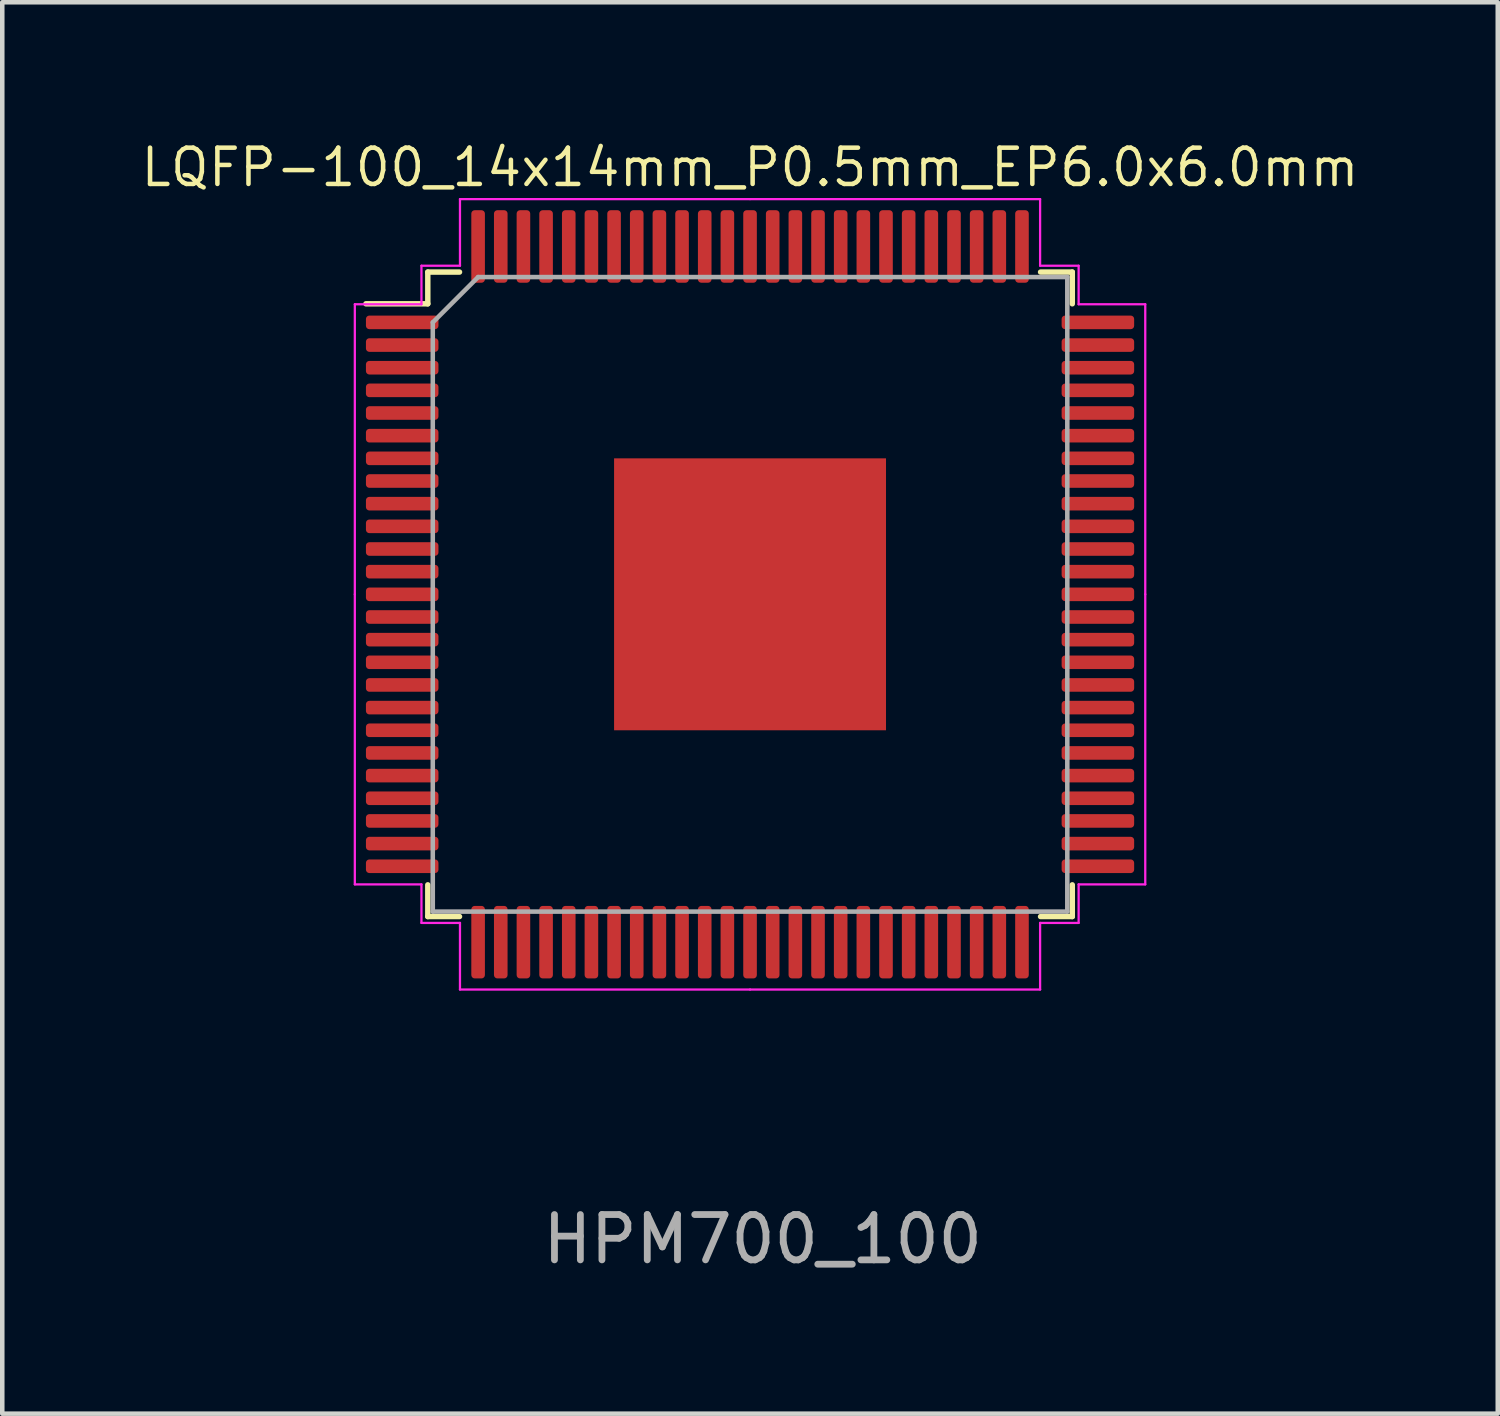
<source format=kicad_pcb>
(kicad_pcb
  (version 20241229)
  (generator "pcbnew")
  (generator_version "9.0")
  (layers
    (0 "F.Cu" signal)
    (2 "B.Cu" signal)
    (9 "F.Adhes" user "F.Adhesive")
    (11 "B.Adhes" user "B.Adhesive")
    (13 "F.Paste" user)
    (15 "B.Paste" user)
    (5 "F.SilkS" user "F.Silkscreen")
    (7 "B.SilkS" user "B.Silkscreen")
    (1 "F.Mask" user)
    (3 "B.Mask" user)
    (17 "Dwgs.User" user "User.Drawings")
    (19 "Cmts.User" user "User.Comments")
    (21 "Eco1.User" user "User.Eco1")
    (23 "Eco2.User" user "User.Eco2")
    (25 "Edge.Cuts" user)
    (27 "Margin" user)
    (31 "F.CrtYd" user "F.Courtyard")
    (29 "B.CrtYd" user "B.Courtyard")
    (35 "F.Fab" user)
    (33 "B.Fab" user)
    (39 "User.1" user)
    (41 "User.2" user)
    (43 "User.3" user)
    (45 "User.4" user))
  (footprint "LQFP-100_14x14mm_P0.5mm_EP6.0x6.0mm"
    (layer "F.Cu")
    (at 13.499 10.063)
    (property "Reference" "LQFP-100_14x14mm_P0.5mm_EP6.0x6.0mm" (at 0 -9.42 0) (unlocked yes) (layer "F.SilkS") (effects (font (size 0.8 0.8) (thickness 0.1))))
    (attr smd)
    (fp_line (start -7.11 -7.11) (end -7.11 -6.41) (stroke (width 0.12) (type solid)) (layer "F.SilkS"))
    (fp_line (start -7.11 -6.41) (end -8.475 -6.41) (stroke (width 0.12) (type solid)) (layer "F.SilkS"))
    (fp_line (start -7.11 7.11) (end -7.11 6.41) (stroke (width 0.12) (type solid)) (layer "F.SilkS"))
    (fp_line (start -6.41 -7.11) (end -7.11 -7.11) (stroke (width 0.12) (type solid)) (layer "F.SilkS"))
    (fp_line (start -6.41 7.11) (end -7.11 7.11) (stroke (width 0.12) (type solid)) (layer "F.SilkS"))
    (fp_line (start 6.41 -7.11) (end 7.11 -7.11) (stroke (width 0.12) (type solid)) (layer "F.SilkS"))
    (fp_line (start 6.41 7.11) (end 7.11 7.11) (stroke (width 0.12) (type solid)) (layer "F.SilkS"))
    (fp_line (start 7.11 -7.11) (end 7.11 -6.41) (stroke (width 0.12) (type solid)) (layer "F.SilkS"))
    (fp_line (start 7.11 7.11) (end 7.11 6.41) (stroke (width 0.12) (type solid)) (layer "F.SilkS"))
    (fp_line (start -8.72 -6.4) (end -8.72 0) (stroke (width 0.05) (type solid)) (layer "F.CrtYd"))
    (fp_line (start -8.72 6.4) (end -8.72 0) (stroke (width 0.05) (type solid)) (layer "F.CrtYd"))
    (fp_line (start -7.25 -7.25) (end -7.25 -6.4) (stroke (width 0.05) (type solid)) (layer "F.CrtYd"))
    (fp_line (start -7.25 -6.4) (end -8.72 -6.4) (stroke (width 0.05) (type solid)) (layer "F.CrtYd"))
    (fp_line (start -7.25 6.4) (end -8.72 6.4) (stroke (width 0.05) (type solid)) (layer "F.CrtYd"))
    (fp_line (start -7.25 7.25) (end -7.25 6.4) (stroke (width 0.05) (type solid)) (layer "F.CrtYd"))
    (fp_line (start -6.4 -8.72) (end -6.4 -7.25) (stroke (width 0.05) (type solid)) (layer "F.CrtYd"))
    (fp_line (start -6.4 -7.25) (end -7.25 -7.25) (stroke (width 0.05) (type solid)) (layer "F.CrtYd"))
    (fp_line (start -6.4 7.25) (end -7.25 7.25) (stroke (width 0.05) (type solid)) (layer "F.CrtYd"))
    (fp_line (start -6.4 8.72) (end -6.4 7.25) (stroke (width 0.05) (type solid)) (layer "F.CrtYd"))
    (fp_line (start 0 -8.72) (end -6.4 -8.72) (stroke (width 0.05) (type solid)) (layer "F.CrtYd"))
    (fp_line (start 0 -8.72) (end 6.4 -8.72) (stroke (width 0.05) (type solid)) (layer "F.CrtYd"))
    (fp_line (start 0 8.72) (end -6.4 8.72) (stroke (width 0.05) (type solid)) (layer "F.CrtYd"))
    (fp_line (start 0 8.72) (end 6.4 8.72) (stroke (width 0.05) (type solid)) (layer "F.CrtYd"))
    (fp_line (start 6.4 -8.72) (end 6.4 -7.25) (stroke (width 0.05) (type solid)) (layer "F.CrtYd"))
    (fp_line (start 6.4 -7.25) (end 7.25 -7.25) (stroke (width 0.05) (type solid)) (layer "F.CrtYd"))
    (fp_line (start 6.4 7.25) (end 7.25 7.25) (stroke (width 0.05) (type solid)) (layer "F.CrtYd"))
    (fp_line (start 6.4 8.72) (end 6.4 7.25) (stroke (width 0.05) (type solid)) (layer "F.CrtYd"))
    (fp_line (start 7.25 -7.25) (end 7.25 -6.4) (stroke (width 0.05) (type solid)) (layer "F.CrtYd"))
    (fp_line (start 7.25 -6.4) (end 8.72 -6.4) (stroke (width 0.05) (type solid)) (layer "F.CrtYd"))
    (fp_line (start 7.25 6.4) (end 8.72 6.4) (stroke (width 0.05) (type solid)) (layer "F.CrtYd"))
    (fp_line (start 7.25 7.25) (end 7.25 6.4) (stroke (width 0.05) (type solid)) (layer "F.CrtYd"))
    (fp_line (start 8.72 -6.4) (end 8.72 0) (stroke (width 0.05) (type solid)) (layer "F.CrtYd"))
    (fp_line (start 8.72 6.4) (end 8.72 0) (stroke (width 0.05) (type solid)) (layer "F.CrtYd"))
    (fp_line (start -7 -6) (end -6 -7) (stroke (width 0.1) (type solid)) (layer "F.Fab"))
    (fp_line (start -7 7) (end -7 -6) (stroke (width 0.1) (type solid)) (layer "F.Fab"))
    (fp_line (start -6 -7) (end 7 -7) (stroke (width 0.1) (type solid)) (layer "F.Fab"))
    (fp_line (start 7 -7) (end 7 7) (stroke (width 0.1) (type solid)) (layer "F.Fab"))
    (fp_line (start 7 7) (end -7 7) (stroke (width 0.1) (type solid)) (layer "F.Fab"))
    (fp_text user "HPM700_100" (at 0.28 14.23 0) (layer "F.Fab") (effects (font (size 1 1) (thickness 0.15))))
    (pad "" smd roundrect (at -1.7 -1.3) (size 1 1) (layers "F.Paste") (roundrect_rratio 0.221))
    (pad "" smd roundrect (at -1.7 0) (size 1 1) (layers "F.Paste") (roundrect_rratio 0.221))
    (pad "" smd roundrect (at -1.7 1.3) (size 1 1) (layers "F.Paste") (roundrect_rratio 0.221))
    (pad "" smd roundrect (at 0 -1.3) (size 1 1) (layers "F.Paste") (roundrect_rratio 0.221))
    (pad "" smd roundrect (at 0 0) (size 1 1) (layers "F.Paste") (roundrect_rratio 0.221))
    (pad "" smd roundrect (at 0 1.3) (size 1 1) (layers "F.Paste") (roundrect_rratio 0.221))
    (pad "" smd roundrect (at 1.7 -1.3) (size 1 1) (layers "F.Paste") (roundrect_rratio 0.221))
    (pad "" smd roundrect (at 1.7 0) (size 1 1) (layers "F.Paste") (roundrect_rratio 0.221))
    (pad "" smd roundrect (at 1.7 1.3) (size 1 1) (layers "F.Paste") (roundrect_rratio 0.221))
    (pad "1" smd roundrect (at -7.675 -6) (size 1.6 0.3) (layers "F.Cu" "F.Mask" "F.Paste") (roundrect_rratio 0.25))
    (pad "2" smd roundrect (at -7.675 -5.5) (size 1.6 0.3) (layers "F.Cu" "F.Mask" "F.Paste") (roundrect_rratio 0.25))
    (pad "3" smd roundrect (at -7.675 -5) (size 1.6 0.3) (layers "F.Cu" "F.Mask" "F.Paste") (roundrect_rratio 0.25))
    (pad "4" smd roundrect (at -7.675 -4.5) (size 1.6 0.3) (layers "F.Cu" "F.Mask" "F.Paste") (roundrect_rratio 0.25))
    (pad "5" smd roundrect (at -7.675 -4) (size 1.6 0.3) (layers "F.Cu" "F.Mask" "F.Paste") (roundrect_rratio 0.25))
    (pad "6" smd roundrect (at -7.675 -3.5) (size 1.6 0.3) (layers "F.Cu" "F.Mask" "F.Paste") (roundrect_rratio 0.25))
    (pad "7" smd roundrect (at -7.675 -3) (size 1.6 0.3) (layers "F.Cu" "F.Mask" "F.Paste") (roundrect_rratio 0.25))
    (pad "8" smd roundrect (at -7.675 -2.5) (size 1.6 0.3) (layers "F.Cu" "F.Mask" "F.Paste") (roundrect_rratio 0.25))
    (pad "9" smd roundrect (at -7.675 -2) (size 1.6 0.3) (layers "F.Cu" "F.Mask" "F.Paste") (roundrect_rratio 0.25))
    (pad "10" smd roundrect (at -7.675 -1.5) (size 1.6 0.3) (layers "F.Cu" "F.Mask" "F.Paste") (roundrect_rratio 0.25))
    (pad "11" smd roundrect (at -7.675 -1) (size 1.6 0.3) (layers "F.Cu" "F.Mask" "F.Paste") (roundrect_rratio 0.25))
    (pad "12" smd roundrect (at -7.675 -0.5) (size 1.6 0.3) (layers "F.Cu" "F.Mask" "F.Paste") (roundrect_rratio 0.25))
    (pad "13" smd roundrect (at -7.675 0) (size 1.6 0.3) (layers "F.Cu" "F.Mask" "F.Paste") (roundrect_rratio 0.25))
    (pad "14" smd roundrect (at -7.675 0.5) (size 1.6 0.3) (layers "F.Cu" "F.Mask" "F.Paste") (roundrect_rratio 0.25))
    (pad "15" smd roundrect (at -7.675 1) (size 1.6 0.3) (layers "F.Cu" "F.Mask" "F.Paste") (roundrect_rratio 0.25))
    (pad "16" smd roundrect (at -7.675 1.5) (size 1.6 0.3) (layers "F.Cu" "F.Mask" "F.Paste") (roundrect_rratio 0.25))
    (pad "17" smd roundrect (at -7.675 2) (size 1.6 0.3) (layers "F.Cu" "F.Mask" "F.Paste") (roundrect_rratio 0.25))
    (pad "18" smd roundrect (at -7.675 2.5) (size 1.6 0.3) (layers "F.Cu" "F.Mask" "F.Paste") (roundrect_rratio 0.25))
    (pad "19" smd roundrect (at -7.675 3) (size 1.6 0.3) (layers "F.Cu" "F.Mask" "F.Paste") (roundrect_rratio 0.25))
    (pad "20" smd roundrect (at -7.675 3.5) (size 1.6 0.3) (layers "F.Cu" "F.Mask" "F.Paste") (roundrect_rratio 0.25))
    (pad "21" smd roundrect (at -7.675 4) (size 1.6 0.3) (layers "F.Cu" "F.Mask" "F.Paste") (roundrect_rratio 0.25))
    (pad "22" smd roundrect (at -7.675 4.5) (size 1.6 0.3) (layers "F.Cu" "F.Mask" "F.Paste") (roundrect_rratio 0.25))
    (pad "23" smd roundrect (at -7.675 5) (size 1.6 0.3) (layers "F.Cu" "F.Mask" "F.Paste") (roundrect_rratio 0.25))
    (pad "24" smd roundrect (at -7.675 5.5) (size 1.6 0.3) (layers "F.Cu" "F.Mask" "F.Paste") (roundrect_rratio 0.25))
    (pad "25" smd roundrect (at -7.675 6) (size 1.6 0.3) (layers "F.Cu" "F.Mask" "F.Paste") (roundrect_rratio 0.25))
    (pad "26" smd roundrect (at -6 7.675) (size 0.3 1.6) (layers "F.Cu" "F.Mask" "F.Paste") (roundrect_rratio 0.25))
    (pad "27" smd roundrect (at -5.5 7.675) (size 0.3 1.6) (layers "F.Cu" "F.Mask" "F.Paste") (roundrect_rratio 0.25))
    (pad "28" smd roundrect (at -5 7.675) (size 0.3 1.6) (layers "F.Cu" "F.Mask" "F.Paste") (roundrect_rratio 0.25))
    (pad "29" smd roundrect (at -4.5 7.675) (size 0.3 1.6) (layers "F.Cu" "F.Mask" "F.Paste") (roundrect_rratio 0.25))
    (pad "30" smd roundrect (at -4 7.675) (size 0.3 1.6) (layers "F.Cu" "F.Mask" "F.Paste") (roundrect_rratio 0.25))
    (pad "31" smd roundrect (at -3.5 7.675) (size 0.3 1.6) (layers "F.Cu" "F.Mask" "F.Paste") (roundrect_rratio 0.25))
    (pad "32" smd roundrect (at -3 7.675) (size 0.3 1.6) (layers "F.Cu" "F.Mask" "F.Paste") (roundrect_rratio 0.25))
    (pad "33" smd roundrect (at -2.5 7.675) (size 0.3 1.6) (layers "F.Cu" "F.Mask" "F.Paste") (roundrect_rratio 0.25))
    (pad "34" smd roundrect (at -2 7.675) (size 0.3 1.6) (layers "F.Cu" "F.Mask" "F.Paste") (roundrect_rratio 0.25))
    (pad "35" smd roundrect (at -1.5 7.675) (size 0.3 1.6) (layers "F.Cu" "F.Mask" "F.Paste") (roundrect_rratio 0.25))
    (pad "36" smd roundrect (at -1 7.675) (size 0.3 1.6) (layers "F.Cu" "F.Mask" "F.Paste") (roundrect_rratio 0.25))
    (pad "37" smd roundrect (at -0.5 7.675) (size 0.3 1.6) (layers "F.Cu" "F.Mask" "F.Paste") (roundrect_rratio 0.25))
    (pad "38" smd roundrect (at 0 7.675) (size 0.3 1.6) (layers "F.Cu" "F.Mask" "F.Paste") (roundrect_rratio 0.25))
    (pad "39" smd roundrect (at 0.5 7.675) (size 0.3 1.6) (layers "F.Cu" "F.Mask" "F.Paste") (roundrect_rratio 0.25))
    (pad "40" smd roundrect (at 1 7.675) (size 0.3 1.6) (layers "F.Cu" "F.Mask" "F.Paste") (roundrect_rratio 0.25))
    (pad "41" smd roundrect (at 1.5 7.675) (size 0.3 1.6) (layers "F.Cu" "F.Mask" "F.Paste") (roundrect_rratio 0.25))
    (pad "42" smd roundrect (at 2 7.675) (size 0.3 1.6) (layers "F.Cu" "F.Mask" "F.Paste") (roundrect_rratio 0.25))
    (pad "43" smd roundrect (at 2.5 7.675) (size 0.3 1.6) (layers "F.Cu" "F.Mask" "F.Paste") (roundrect_rratio 0.25))
    (pad "44" smd roundrect (at 3 7.675) (size 0.3 1.6) (layers "F.Cu" "F.Mask" "F.Paste") (roundrect_rratio 0.25))
    (pad "45" smd roundrect (at 3.5 7.675) (size 0.3 1.6) (layers "F.Cu" "F.Mask" "F.Paste") (roundrect_rratio 0.25))
    (pad "46" smd roundrect (at 4 7.675) (size 0.3 1.6) (layers "F.Cu" "F.Mask" "F.Paste") (roundrect_rratio 0.25))
    (pad "47" smd roundrect (at 4.5 7.675) (size 0.3 1.6) (layers "F.Cu" "F.Mask" "F.Paste") (roundrect_rratio 0.25))
    (pad "48" smd roundrect (at 5 7.675) (size 0.3 1.6) (layers "F.Cu" "F.Mask" "F.Paste") (roundrect_rratio 0.25))
    (pad "49" smd roundrect (at 5.5 7.675) (size 0.3 1.6) (layers "F.Cu" "F.Mask" "F.Paste") (roundrect_rratio 0.25))
    (pad "50" smd roundrect (at 6 7.675) (size 0.3 1.6) (layers "F.Cu" "F.Mask" "F.Paste") (roundrect_rratio 0.25))
    (pad "51" smd roundrect (at 7.675 6) (size 1.6 0.3) (layers "F.Cu" "F.Mask" "F.Paste") (roundrect_rratio 0.25))
    (pad "52" smd roundrect (at 7.675 5.5) (size 1.6 0.3) (layers "F.Cu" "F.Mask" "F.Paste") (roundrect_rratio 0.25))
    (pad "53" smd roundrect (at 7.675 5) (size 1.6 0.3) (layers "F.Cu" "F.Mask" "F.Paste") (roundrect_rratio 0.25))
    (pad "54" smd roundrect (at 7.675 4.5) (size 1.6 0.3) (layers "F.Cu" "F.Mask" "F.Paste") (roundrect_rratio 0.25))
    (pad "55" smd roundrect (at 7.675 4) (size 1.6 0.3) (layers "F.Cu" "F.Mask" "F.Paste") (roundrect_rratio 0.25))
    (pad "56" smd roundrect (at 7.675 3.5) (size 1.6 0.3) (layers "F.Cu" "F.Mask" "F.Paste") (roundrect_rratio 0.25))
    (pad "57" smd roundrect (at 7.675 3) (size 1.6 0.3) (layers "F.Cu" "F.Mask" "F.Paste") (roundrect_rratio 0.25))
    (pad "58" smd roundrect (at 7.675 2.5) (size 1.6 0.3) (layers "F.Cu" "F.Mask" "F.Paste") (roundrect_rratio 0.25))
    (pad "59" smd roundrect (at 7.675 2) (size 1.6 0.3) (layers "F.Cu" "F.Mask" "F.Paste") (roundrect_rratio 0.25))
    (pad "60" smd roundrect (at 7.675 1.5) (size 1.6 0.3) (layers "F.Cu" "F.Mask" "F.Paste") (roundrect_rratio 0.25))
    (pad "61" smd roundrect (at 7.675 1) (size 1.6 0.3) (layers "F.Cu" "F.Mask" "F.Paste") (roundrect_rratio 0.25))
    (pad "62" smd roundrect (at 7.675 0.5) (size 1.6 0.3) (layers "F.Cu" "F.Mask" "F.Paste") (roundrect_rratio 0.25))
    (pad "63" smd roundrect (at 7.675 0) (size 1.6 0.3) (layers "F.Cu" "F.Mask" "F.Paste") (roundrect_rratio 0.25))
    (pad "64" smd roundrect (at 7.675 -0.5) (size 1.6 0.3) (layers "F.Cu" "F.Mask" "F.Paste") (roundrect_rratio 0.25))
    (pad "65" smd roundrect (at 7.675 -1) (size 1.6 0.3) (layers "F.Cu" "F.Mask" "F.Paste") (roundrect_rratio 0.25))
    (pad "66" smd roundrect (at 7.675 -1.5) (size 1.6 0.3) (layers "F.Cu" "F.Mask" "F.Paste") (roundrect_rratio 0.25))
    (pad "67" smd roundrect (at 7.675 -2) (size 1.6 0.3) (layers "F.Cu" "F.Mask" "F.Paste") (roundrect_rratio 0.25))
    (pad "68" smd roundrect (at 7.675 -2.5) (size 1.6 0.3) (layers "F.Cu" "F.Mask" "F.Paste") (roundrect_rratio 0.25))
    (pad "69" smd roundrect (at 7.675 -3) (size 1.6 0.3) (layers "F.Cu" "F.Mask" "F.Paste") (roundrect_rratio 0.25))
    (pad "70" smd roundrect (at 7.675 -3.5) (size 1.6 0.3) (layers "F.Cu" "F.Mask" "F.Paste") (roundrect_rratio 0.25))
    (pad "71" smd roundrect (at 7.675 -4) (size 1.6 0.3) (layers "F.Cu" "F.Mask" "F.Paste") (roundrect_rratio 0.25))
    (pad "72" smd roundrect (at 7.675 -4.5) (size 1.6 0.3) (layers "F.Cu" "F.Mask" "F.Paste") (roundrect_rratio 0.25))
    (pad "73" smd roundrect (at 7.675 -5) (size 1.6 0.3) (layers "F.Cu" "F.Mask" "F.Paste") (roundrect_rratio 0.25))
    (pad "74" smd roundrect (at 7.675 -5.5) (size 1.6 0.3) (layers "F.Cu" "F.Mask" "F.Paste") (roundrect_rratio 0.25))
    (pad "75" smd roundrect (at 7.675 -6) (size 1.6 0.3) (layers "F.Cu" "F.Mask" "F.Paste") (roundrect_rratio 0.25))
    (pad "76" smd roundrect (at 6 -7.675) (size 0.3 1.6) (layers "F.Cu" "F.Mask" "F.Paste") (roundrect_rratio 0.25))
    (pad "77" smd roundrect (at 5.5 -7.675) (size 0.3 1.6) (layers "F.Cu" "F.Mask" "F.Paste") (roundrect_rratio 0.25))
    (pad "78" smd roundrect (at 5 -7.675) (size 0.3 1.6) (layers "F.Cu" "F.Mask" "F.Paste") (roundrect_rratio 0.25))
    (pad "79" smd roundrect (at 4.5 -7.675) (size 0.3 1.6) (layers "F.Cu" "F.Mask" "F.Paste") (roundrect_rratio 0.25))
    (pad "80" smd roundrect (at 4 -7.675) (size 0.3 1.6) (layers "F.Cu" "F.Mask" "F.Paste") (roundrect_rratio 0.25))
    (pad "81" smd roundrect (at 3.5 -7.675) (size 0.3 1.6) (layers "F.Cu" "F.Mask" "F.Paste") (roundrect_rratio 0.25))
    (pad "82" smd roundrect (at 3 -7.675) (size 0.3 1.6) (layers "F.Cu" "F.Mask" "F.Paste") (roundrect_rratio 0.25))
    (pad "83" smd roundrect (at 2.5 -7.675) (size 0.3 1.6) (layers "F.Cu" "F.Mask" "F.Paste") (roundrect_rratio 0.25))
    (pad "84" smd roundrect (at 2 -7.675) (size 0.3 1.6) (layers "F.Cu" "F.Mask" "F.Paste") (roundrect_rratio 0.25))
    (pad "85" smd roundrect (at 1.5 -7.675) (size 0.3 1.6) (layers "F.Cu" "F.Mask" "F.Paste") (roundrect_rratio 0.25))
    (pad "86" smd roundrect (at 1 -7.675) (size 0.3 1.6) (layers "F.Cu" "F.Mask" "F.Paste") (roundrect_rratio 0.25))
    (pad "87" smd roundrect (at 0.5 -7.675) (size 0.3 1.6) (layers "F.Cu" "F.Mask" "F.Paste") (roundrect_rratio 0.25))
    (pad "88" smd roundrect (at 0 -7.675) (size 0.3 1.6) (layers "F.Cu" "F.Mask" "F.Paste") (roundrect_rratio 0.25))
    (pad "89" smd roundrect (at -0.5 -7.675) (size 0.3 1.6) (layers "F.Cu" "F.Mask" "F.Paste") (roundrect_rratio 0.25))
    (pad "90" smd roundrect (at -1 -7.675) (size 0.3 1.6) (layers "F.Cu" "F.Mask" "F.Paste") (roundrect_rratio 0.25))
    (pad "91" smd roundrect (at -1.5 -7.675) (size 0.3 1.6) (layers "F.Cu" "F.Mask" "F.Paste") (roundrect_rratio 0.25))
    (pad "92" smd roundrect (at -2 -7.675) (size 0.3 1.6) (layers "F.Cu" "F.Mask" "F.Paste") (roundrect_rratio 0.25))
    (pad "93" smd roundrect (at -2.5 -7.675) (size 0.3 1.6) (layers "F.Cu" "F.Mask" "F.Paste") (roundrect_rratio 0.25))
    (pad "94" smd roundrect (at -3 -7.675) (size 0.3 1.6) (layers "F.Cu" "F.Mask" "F.Paste") (roundrect_rratio 0.25))
    (pad "95" smd roundrect (at -3.5 -7.675) (size 0.3 1.6) (layers "F.Cu" "F.Mask" "F.Paste") (roundrect_rratio 0.25))
    (pad "96" smd roundrect (at -4 -7.675) (size 0.3 1.6) (layers "F.Cu" "F.Mask" "F.Paste") (roundrect_rratio 0.25))
    (pad "97" smd roundrect (at -4.5 -7.675) (size 0.3 1.6) (layers "F.Cu" "F.Mask" "F.Paste") (roundrect_rratio 0.25))
    (pad "98" smd roundrect (at -5 -7.675) (size 0.3 1.6) (layers "F.Cu" "F.Mask" "F.Paste") (roundrect_rratio 0.25))
    (pad "99" smd roundrect (at -5.5 -7.675) (size 0.3 1.6) (layers "F.Cu" "F.Mask" "F.Paste") (roundrect_rratio 0.25))
    (pad "100" smd roundrect (at -6 -7.675) (size 0.3 1.6) (layers "F.Cu" "F.Mask" "F.Paste") (roundrect_rratio 0.25))
    (pad "101" smd rect (at 0 0 90) (size 6 6) (layers "F.Cu" "F.Mask")))
  (gr_rect
    (start -3 -3)
    (end 29.997 28.142)
    (stroke (width 0.1) (type default))
    (fill no)
    (layer "Edge.Cuts")))
</source>
